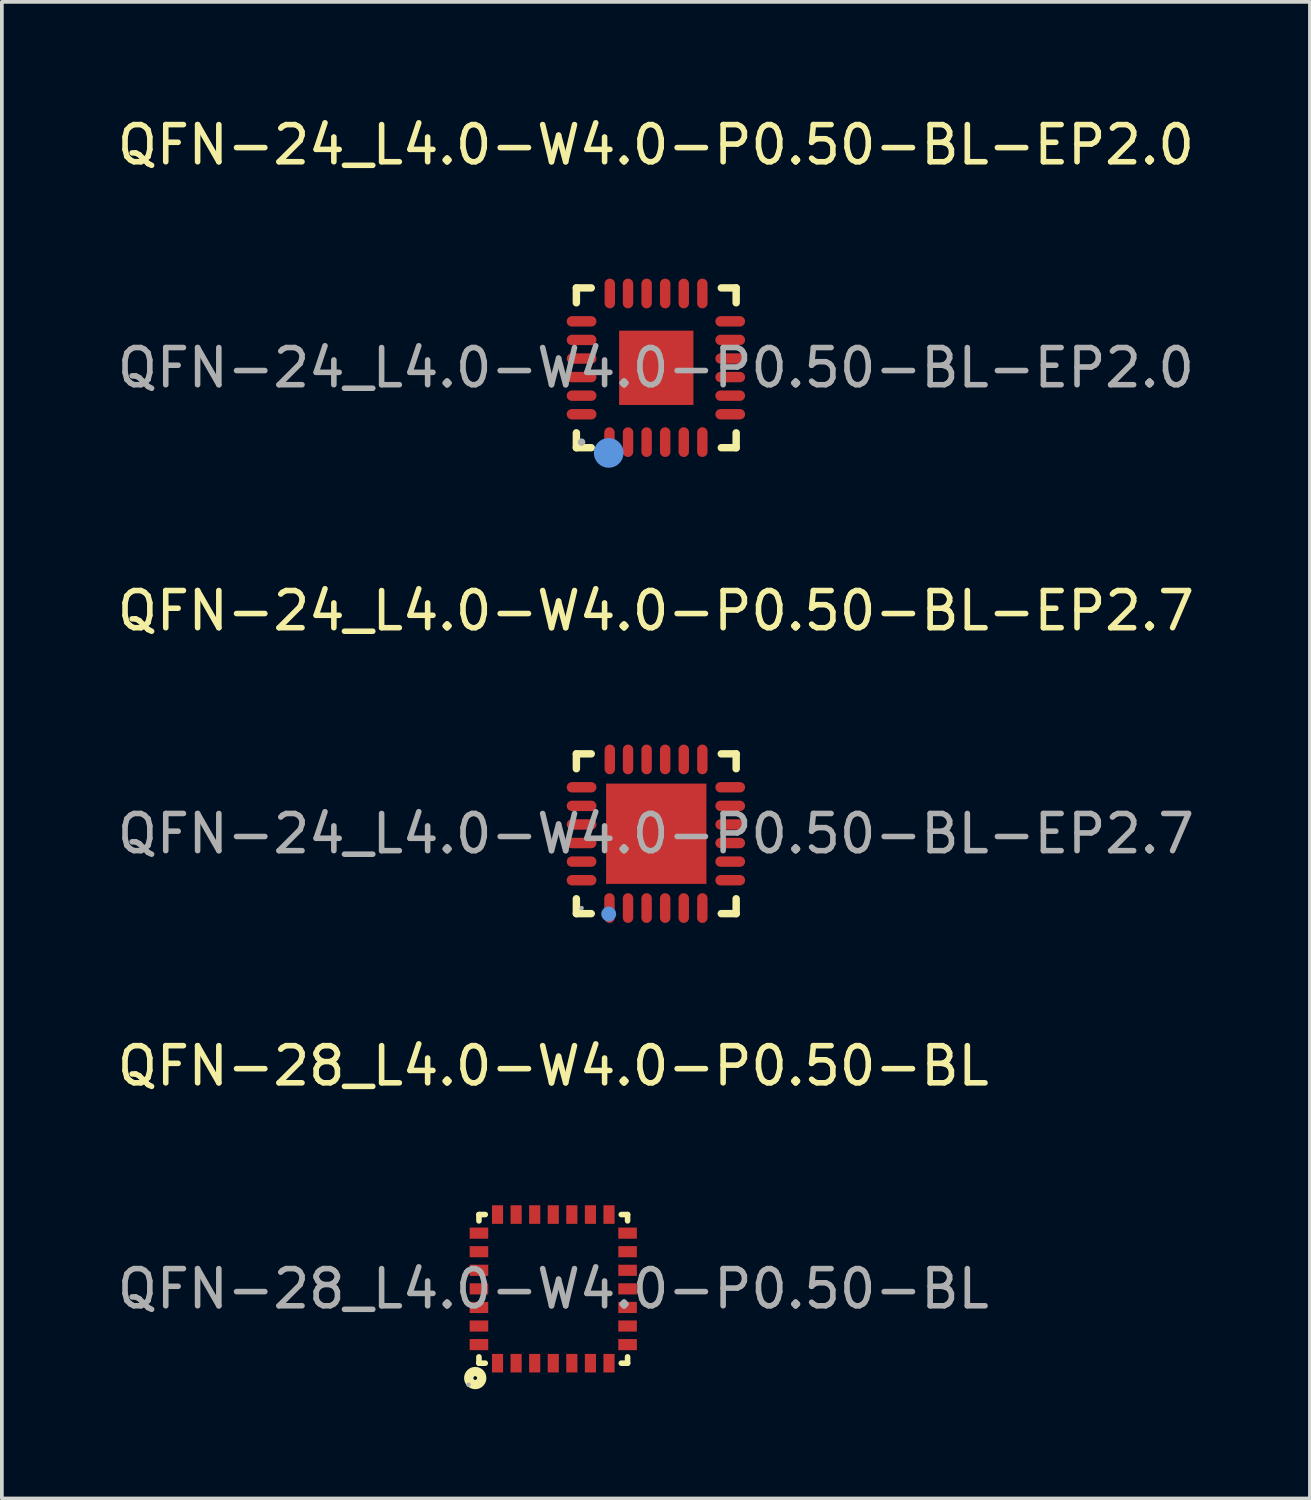
<source format=kicad_pcb>
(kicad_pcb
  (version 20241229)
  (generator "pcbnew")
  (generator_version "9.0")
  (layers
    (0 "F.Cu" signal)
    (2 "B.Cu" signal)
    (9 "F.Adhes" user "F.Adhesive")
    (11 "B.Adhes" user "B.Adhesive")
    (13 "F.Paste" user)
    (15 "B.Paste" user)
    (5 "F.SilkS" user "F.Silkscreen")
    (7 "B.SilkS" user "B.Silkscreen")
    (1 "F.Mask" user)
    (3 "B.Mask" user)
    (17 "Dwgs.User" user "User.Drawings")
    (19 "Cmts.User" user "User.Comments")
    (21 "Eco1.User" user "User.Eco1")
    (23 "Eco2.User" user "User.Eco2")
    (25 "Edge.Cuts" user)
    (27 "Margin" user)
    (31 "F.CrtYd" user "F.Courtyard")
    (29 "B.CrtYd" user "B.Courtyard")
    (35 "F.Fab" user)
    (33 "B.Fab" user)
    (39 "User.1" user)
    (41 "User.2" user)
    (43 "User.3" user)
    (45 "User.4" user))
  (footprint "QFN-28_L4.0-W4.0-P0.50-BL"
    (layer "F.Cu")
    (at 11.839 31.635)
    (property "Reference" "QFN-28_L4.0-W4.0-P0.50-BL" (at 0 -6 0) (layer "F.SilkS") (effects (font (size 1 1) (thickness 0.15))))
    (attr through_hole)
    (fp_line (start -2 -2) (end -1.83 -2) (stroke (width 0.15) (type solid)) (layer "F.SilkS"))
    (fp_line (start -2 -1.83) (end -2 -2) (stroke (width 0.15) (type solid)) (layer "F.SilkS"))
    (fp_line (start -2 2) (end -2 1.83) (stroke (width 0.15) (type solid)) (layer "F.SilkS"))
    (fp_line (start -1.83 2) (end -2 2) (stroke (width 0.15) (type solid)) (layer "F.SilkS"))
    (fp_line (start 1.83 -2) (end 2 -2) (stroke (width 0.15) (type solid)) (layer "F.SilkS"))
    (fp_line (start 2 -2) (end 2 -1.83) (stroke (width 0.15) (type solid)) (layer "F.SilkS"))
    (fp_line (start 2 1.83) (end 2 2) (stroke (width 0.15) (type solid)) (layer "F.SilkS"))
    (fp_line (start 2 2) (end 1.83 2) (stroke (width 0.15) (type solid)) (layer "F.SilkS"))
    (fp_circle (center -2.1 2.4) (end -2.05 2.4) (stroke (width 0.25) (type solid)) (fill no) (layer "F.SilkS"))
    (fp_circle (center -2.28 2.58) (end -2.25 2.58) (stroke (width 0.06) (type solid)) (fill no) (layer "F.Fab"))
    (fp_text user "${REFERENCE}" (at 0 0 0) (layer "F.Fab") (effects (font (size 1 1) (thickness 0.15))))
    (pad "1" smd rect (at -1.5 2 90) (size 0.5 0.3) (layers "F.Cu" "F.Mask" "F.Paste"))
    (pad "2" smd rect (at -1 2 90) (size 0.5 0.3) (layers "F.Cu" "F.Mask" "F.Paste"))
    (pad "3" smd rect (at -0.5 2 90) (size 0.5 0.3) (layers "F.Cu" "F.Mask" "F.Paste"))
    (pad "4" smd rect (at 0 2 90) (size 0.5 0.3) (layers "F.Cu" "F.Mask" "F.Paste"))
    (pad "5" smd rect (at 0.5 2 90) (size 0.5 0.3) (layers "F.Cu" "F.Mask" "F.Paste"))
    (pad "6" smd rect (at 1 2 90) (size 0.5 0.3) (layers "F.Cu" "F.Mask" "F.Paste"))
    (pad "7" smd rect (at 1.5 2 90) (size 0.5 0.3) (layers "F.Cu" "F.Mask" "F.Paste"))
    (pad "8" smd rect (at 2 1.5 180) (size 0.5 0.3) (layers "F.Cu" "F.Mask" "F.Paste"))
    (pad "9" smd rect (at 2 1 180) (size 0.5 0.3) (layers "F.Cu" "F.Mask" "F.Paste"))
    (pad "10" smd rect (at 2 0.5 180) (size 0.5 0.3) (layers "F.Cu" "F.Mask" "F.Paste"))
    (pad "11" smd rect (at 2 0 180) (size 0.5 0.3) (layers "F.Cu" "F.Mask" "F.Paste"))
    (pad "12" smd rect (at 2 -0.5 180) (size 0.5 0.3) (layers "F.Cu" "F.Mask" "F.Paste"))
    (pad "13" smd rect (at 2 -1 180) (size 0.5 0.3) (layers "F.Cu" "F.Mask" "F.Paste"))
    (pad "14" smd rect (at 2 -1.5 180) (size 0.5 0.3) (layers "F.Cu" "F.Mask" "F.Paste"))
    (pad "15" smd rect (at 1.5 -2 270) (size 0.5 0.3) (layers "F.Cu" "F.Mask" "F.Paste"))
    (pad "16" smd rect (at 1 -2 270) (size 0.5 0.3) (layers "F.Cu" "F.Mask" "F.Paste"))
    (pad "17" smd rect (at 0.5 -2 270) (size 0.5 0.3) (layers "F.Cu" "F.Mask" "F.Paste"))
    (pad "18" smd rect (at 0 -2 270) (size 0.5 0.3) (layers "F.Cu" "F.Mask" "F.Paste"))
    (pad "19" smd rect (at -0.5 -2 270) (size 0.5 0.3) (layers "F.Cu" "F.Mask" "F.Paste"))
    (pad "20" smd rect (at -1 -2 270) (size 0.5 0.3) (layers "F.Cu" "F.Mask" "F.Paste"))
    (pad "21" smd rect (at -1.5 -2 270) (size 0.5 0.3) (layers "F.Cu" "F.Mask" "F.Paste"))
    (pad "22" smd rect (at -2 -1.5) (size 0.5 0.3) (layers "F.Cu" "F.Mask" "F.Paste"))
    (pad "23" smd rect (at -2 -1) (size 0.5 0.3) (layers "F.Cu" "F.Mask" "F.Paste"))
    (pad "24" smd rect (at -2 -0.5) (size 0.5 0.3) (layers "F.Cu" "F.Mask" "F.Paste"))
    (pad "25" smd rect (at -2 0) (size 0.5 0.3) (layers "F.Cu" "F.Mask" "F.Paste"))
    (pad "26" smd rect (at -2 0.5) (size 0.5 0.3) (layers "F.Cu" "F.Mask" "F.Paste"))
    (pad "27" smd rect (at -2 1) (size 0.5 0.3) (layers "F.Cu" "F.Mask" "F.Paste"))
    (pad "28" smd rect (at -2 1.5) (size 0.5 0.3) (layers "F.Cu" "F.Mask" "F.Paste")))
  (footprint "QFN-24_L4.0-W4.0-P0.50-BL-EP2.7"
    (layer "F.Cu")
    (at 14.601 19.387)
    (property "Reference" "QFN-24_L4.0-W4.0-P0.50-BL-EP2.7" (at 0 -6 0) (layer "F.SilkS") (effects (font (size 1 1) (thickness 0.15))))
    (attr through_hole)
    (fp_line (start -2.14 -2.15) (end -1.74 -2.15) (stroke (width 0.2) (type solid)) (layer "F.SilkS"))
    (fp_line (start -2.14 -1.75) (end -2.14 -2.15) (stroke (width 0.2) (type solid)) (layer "F.SilkS"))
    (fp_line (start -2.14 2.15) (end -2.14 1.75) (stroke (width 0.2) (type solid)) (layer "F.SilkS"))
    (fp_line (start -1.74 2.15) (end -2.14 2.15) (stroke (width 0.2) (type solid)) (layer "F.SilkS"))
    (fp_line (start 2.16 -2.15) (end 1.76 -2.15) (stroke (width 0.2) (type solid)) (layer "F.SilkS"))
    (fp_line (start 2.16 -1.75) (end 2.16 -2.15) (stroke (width 0.2) (type solid)) (layer "F.SilkS"))
    (fp_line (start 2.16 1.75) (end 2.16 2.15) (stroke (width 0.2) (type solid)) (layer "F.SilkS"))
    (fp_line (start 2.16 2.15) (end 1.76 2.15) (stroke (width 0.2) (type solid)) (layer "F.SilkS"))
    (fp_circle (center -1.27 2.16) (end -1.17 2.16) (stroke (width 0.2) (type solid)) (fill no) (layer "Cmts.User"))
    (fp_circle (center -2 2) (end -1.97 2) (stroke (width 0.06) (type solid)) (fill no) (layer "F.Fab"))
    (fp_text user "${REFERENCE}" (at 0 0 0) (layer "F.Fab") (effects (font (size 1 1) (thickness 0.15))))
    (pad "1" smd oval (at -1.25 2) (size 0.28 0.8) (layers "F.Cu" "F.Mask" "F.Paste"))
    (pad "2" smd oval (at -0.75 2) (size 0.28 0.8) (layers "F.Cu" "F.Mask" "F.Paste"))
    (pad "3" smd oval (at -0.25 2) (size 0.28 0.8) (layers "F.Cu" "F.Mask" "F.Paste"))
    (pad "4" smd oval (at 0.25 2) (size 0.28 0.8) (layers "F.Cu" "F.Mask" "F.Paste"))
    (pad "5" smd oval (at 0.75 2) (size 0.28 0.8) (layers "F.Cu" "F.Mask" "F.Paste"))
    (pad "6" smd oval (at 1.25 2) (size 0.28 0.8) (layers "F.Cu" "F.Mask" "F.Paste"))
    (pad "7" smd oval (at 2 1.25) (size 0.8 0.28) (layers "F.Cu" "F.Mask" "F.Paste"))
    (pad "8" smd oval (at 2 0.75) (size 0.8 0.28) (layers "F.Cu" "F.Mask" "F.Paste"))
    (pad "9" smd oval (at 2 0.25) (size 0.8 0.28) (layers "F.Cu" "F.Mask" "F.Paste"))
    (pad "10" smd oval (at 2 -0.25) (size 0.8 0.28) (layers "F.Cu" "F.Mask" "F.Paste"))
    (pad "11" smd oval (at 2 -0.75) (size 0.8 0.28) (layers "F.Cu" "F.Mask" "F.Paste"))
    (pad "12" smd oval (at 2 -1.25) (size 0.8 0.28) (layers "F.Cu" "F.Mask" "F.Paste"))
    (pad "13" smd oval (at 1.25 -2) (size 0.28 0.8) (layers "F.Cu" "F.Mask" "F.Paste"))
    (pad "14" smd oval (at 0.75 -2) (size 0.28 0.8) (layers "F.Cu" "F.Mask" "F.Paste"))
    (pad "15" smd oval (at 0.25 -2) (size 0.28 0.8) (layers "F.Cu" "F.Mask" "F.Paste"))
    (pad "16" smd oval (at -0.25 -2) (size 0.28 0.8) (layers "F.Cu" "F.Mask" "F.Paste"))
    (pad "17" smd oval (at -0.75 -2) (size 0.28 0.8) (layers "F.Cu" "F.Mask" "F.Paste"))
    (pad "18" smd oval (at -1.24 -2) (size 0.28 0.8) (layers "F.Cu" "F.Mask" "F.Paste"))
    (pad "19" smd oval (at -2 -1.25) (size 0.8 0.28) (layers "F.Cu" "F.Mask" "F.Paste"))
    (pad "20" smd oval (at -2 -0.75) (size 0.8 0.28) (layers "F.Cu" "F.Mask" "F.Paste"))
    (pad "21" smd oval (at -2 -0.25) (size 0.8 0.28) (layers "F.Cu" "F.Mask" "F.Paste"))
    (pad "22" smd oval (at -2 0.25) (size 0.8 0.28) (layers "F.Cu" "F.Mask" "F.Paste"))
    (pad "23" smd oval (at -2 0.75) (size 0.8 0.28) (layers "F.Cu" "F.Mask" "F.Paste"))
    (pad "24" smd oval (at -2 1.25) (size 0.8 0.28) (layers "F.Cu" "F.Mask" "F.Paste"))
    (pad "25" smd rect (at 0.01 0) (size 2.7 2.7) (layers "F.Cu" "F.Mask" "F.Paste")))
  (footprint "QFN-24_L4.0-W4.0-P0.50-BL-EP2.0"
    (layer "F.Cu")
    (at 14.601 6.848)
    (property "Reference" "QFN-24_L4.0-W4.0-P0.50-BL-EP2.0" (at 0 -6 0) (layer "F.SilkS") (effects (font (size 1 1) (thickness 0.15))))
    (attr through_hole)
    (fp_line (start -2.14 -2.15) (end -1.74 -2.15) (stroke (width 0.2) (type solid)) (layer "F.SilkS"))
    (fp_line (start -2.14 -1.75) (end -2.14 -2.15) (stroke (width 0.2) (type solid)) (layer "F.SilkS"))
    (fp_line (start -2.14 2.15) (end -2.14 1.75) (stroke (width 0.2) (type solid)) (layer "F.SilkS"))
    (fp_line (start -1.74 2.15) (end -2.14 2.15) (stroke (width 0.2) (type solid)) (layer "F.SilkS"))
    (fp_line (start 2.16 -2.15) (end 1.76 -2.15) (stroke (width 0.2) (type solid)) (layer "F.SilkS"))
    (fp_line (start 2.16 -1.75) (end 2.16 -2.15) (stroke (width 0.2) (type solid)) (layer "F.SilkS"))
    (fp_line (start 2.16 1.75) (end 2.16 2.15) (stroke (width 0.2) (type solid)) (layer "F.SilkS"))
    (fp_line (start 2.16 2.15) (end 1.76 2.15) (stroke (width 0.2) (type solid)) (layer "F.SilkS"))
    (fp_circle (center -1.27 2.29) (end -1.07 2.29) (stroke (width 0.4) (type solid)) (fill no) (layer "Cmts.User"))
    (fp_circle (center -2 2) (end -1.95 2) (stroke (width 0.1) (type solid)) (fill no) (layer "F.Fab"))
    (fp_text user "${REFERENCE}" (at 0 0 0) (layer "F.Fab") (effects (font (size 1 1) (thickness 0.15))))
    (pad "1" smd oval (at -1.25 2) (size 0.28 0.8) (layers "F.Cu" "F.Mask" "F.Paste"))
    (pad "2" smd oval (at -0.75 2) (size 0.28 0.8) (layers "F.Cu" "F.Mask" "F.Paste"))
    (pad "3" smd oval (at -0.25 2) (size 0.28 0.8) (layers "F.Cu" "F.Mask" "F.Paste"))
    (pad "4" smd oval (at 0.25 2) (size 0.28 0.8) (layers "F.Cu" "F.Mask" "F.Paste"))
    (pad "5" smd oval (at 0.75 2) (size 0.28 0.8) (layers "F.Cu" "F.Mask" "F.Paste"))
    (pad "6" smd oval (at 1.25 2) (size 0.28 0.8) (layers "F.Cu" "F.Mask" "F.Paste"))
    (pad "7" smd oval (at 2 1.25) (size 0.8 0.28) (layers "F.Cu" "F.Mask" "F.Paste"))
    (pad "8" smd oval (at 2 0.75) (size 0.8 0.28) (layers "F.Cu" "F.Mask" "F.Paste"))
    (pad "9" smd oval (at 2 0.25) (size 0.8 0.28) (layers "F.Cu" "F.Mask" "F.Paste"))
    (pad "10" smd oval (at 2 -0.25) (size 0.8 0.28) (layers "F.Cu" "F.Mask" "F.Paste"))
    (pad "11" smd oval (at 2 -0.75) (size 0.8 0.28) (layers "F.Cu" "F.Mask" "F.Paste"))
    (pad "12" smd oval (at 2 -1.25) (size 0.8 0.28) (layers "F.Cu" "F.Mask" "F.Paste"))
    (pad "13" smd oval (at 1.25 -2) (size 0.28 0.8) (layers "F.Cu" "F.Mask" "F.Paste"))
    (pad "14" smd oval (at 0.75 -2) (size 0.28 0.8) (layers "F.Cu" "F.Mask" "F.Paste"))
    (pad "15" smd oval (at 0.25 -2) (size 0.28 0.8) (layers "F.Cu" "F.Mask" "F.Paste"))
    (pad "16" smd oval (at -0.25 -2) (size 0.28 0.8) (layers "F.Cu" "F.Mask" "F.Paste"))
    (pad "17" smd oval (at -0.75 -2) (size 0.28 0.8) (layers "F.Cu" "F.Mask" "F.Paste"))
    (pad "18" smd oval (at -1.24 -2) (size 0.28 0.8) (layers "F.Cu" "F.Mask" "F.Paste"))
    (pad "19" smd oval (at -2 -1.25) (size 0.8 0.28) (layers "F.Cu" "F.Mask" "F.Paste"))
    (pad "20" smd oval (at -2 -0.75) (size 0.8 0.28) (layers "F.Cu" "F.Mask" "F.Paste"))
    (pad "21" smd oval (at -2 -0.25) (size 0.8 0.28) (layers "F.Cu" "F.Mask" "F.Paste"))
    (pad "22" smd oval (at -2 0.25) (size 0.8 0.28) (layers "F.Cu" "F.Mask" "F.Paste"))
    (pad "23" smd oval (at -2 0.75) (size 0.8 0.28) (layers "F.Cu" "F.Mask" "F.Paste"))
    (pad "24" smd oval (at -2 1.25) (size 0.8 0.28) (layers "F.Cu" "F.Mask" "F.Paste"))
    (pad "25" smd rect (at 0.01 0) (size 2 2) (layers "F.Cu" "F.Mask" "F.Paste")))
  (gr_rect
    (start -3 -3)
    (end 32.202 37.275)
    (stroke (width 0.1) (type default))
    (fill no)
    (layer "Edge.Cuts")))
</source>
